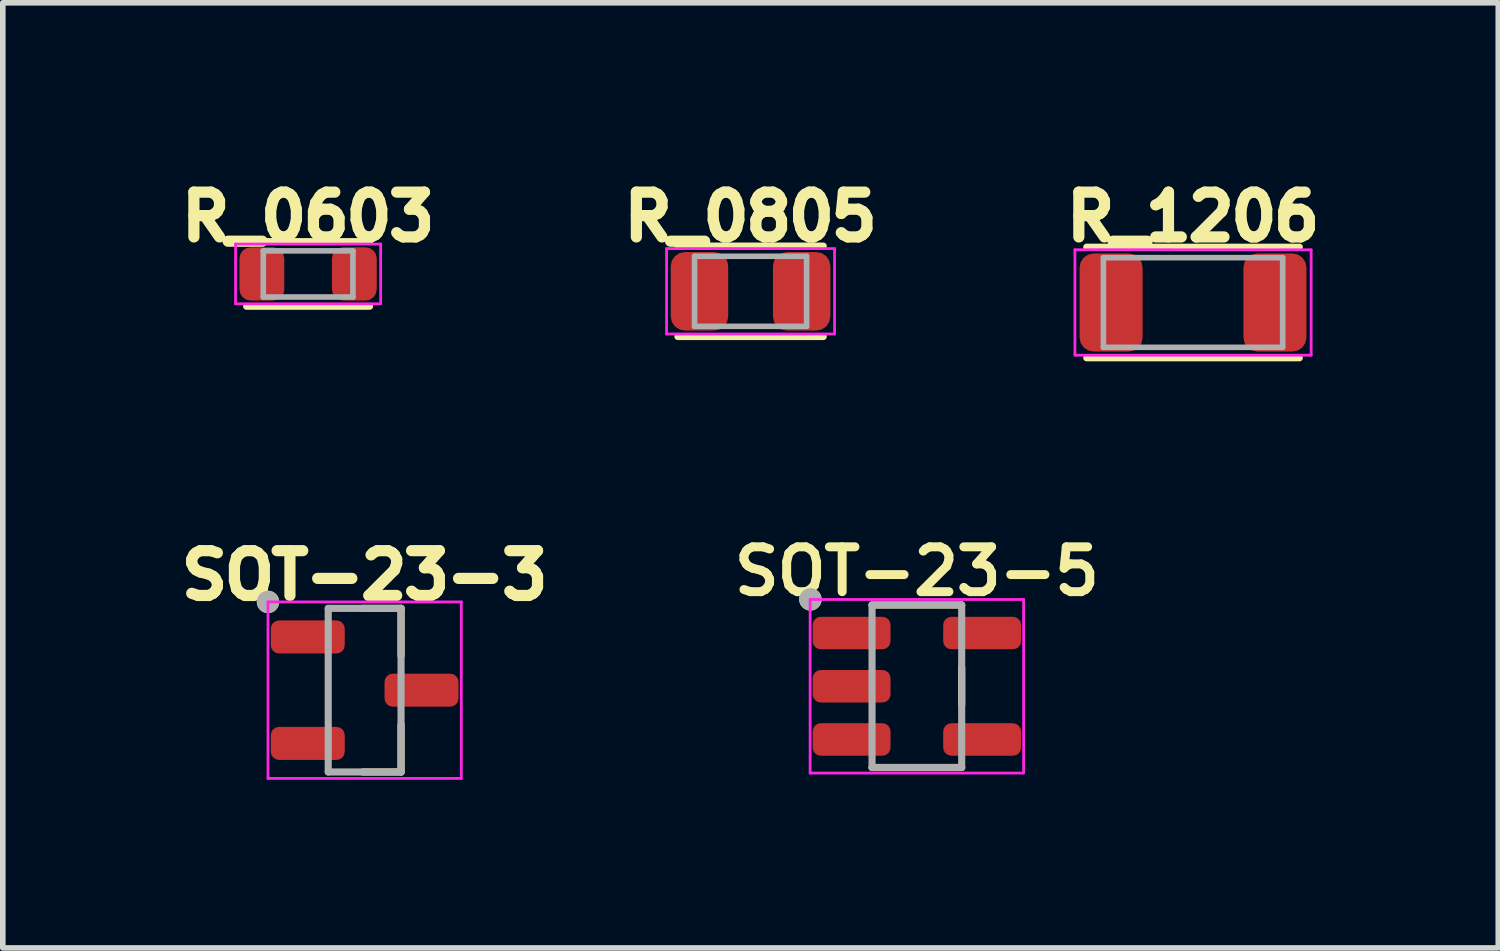
<source format=kicad_pcb>
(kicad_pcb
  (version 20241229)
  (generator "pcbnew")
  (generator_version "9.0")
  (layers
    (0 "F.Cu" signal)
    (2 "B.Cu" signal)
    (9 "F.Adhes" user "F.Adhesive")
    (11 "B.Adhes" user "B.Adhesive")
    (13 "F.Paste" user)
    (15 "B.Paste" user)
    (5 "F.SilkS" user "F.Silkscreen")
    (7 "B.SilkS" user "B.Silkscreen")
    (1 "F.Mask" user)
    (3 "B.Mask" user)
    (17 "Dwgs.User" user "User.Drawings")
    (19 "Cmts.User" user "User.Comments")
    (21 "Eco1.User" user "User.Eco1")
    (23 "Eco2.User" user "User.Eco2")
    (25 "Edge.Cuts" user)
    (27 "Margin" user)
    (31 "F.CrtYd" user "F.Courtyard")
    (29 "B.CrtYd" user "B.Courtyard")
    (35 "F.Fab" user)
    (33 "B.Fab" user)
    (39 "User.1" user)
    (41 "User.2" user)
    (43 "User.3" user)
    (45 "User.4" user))
  (footprint "R_0805"
    (layer "F.Cu")
    (at 10.346 2.149)
    (property "Reference" "R_0805" (at 0 -1.33 0) (layer "F.SilkS") (effects (font (size 0.8 0.8) (thickness 0.2) (bold yes))))
    (attr smd)
    (fp_line (start -1.3 -0.81) (end 1.3 -0.81) (stroke (width 0.12) (type solid)) (layer "F.SilkS"))
    (fp_line (start -1.3 0.81) (end 1.3 0.81) (stroke (width 0.12) (type solid)) (layer "F.SilkS"))
    (fp_line (start -1.499 -0.762) (end 1.499 -0.762) (stroke (width 0.05) (type solid)) (layer "F.CrtYd"))
    (fp_line (start -1.499 0.762) (end -1.499 -0.762) (stroke (width 0.05) (type solid)) (layer "F.CrtYd"))
    (fp_line (start 1.499 -0.762) (end 1.499 0.762) (stroke (width 0.05) (type solid)) (layer "F.CrtYd"))
    (fp_line (start 1.499 0.762) (end -1.499 0.762) (stroke (width 0.05) (type solid)) (layer "F.CrtYd"))
    (fp_line (start -1 -0.625) (end 1 -0.625) (stroke (width 0.1) (type solid)) (layer "F.Fab"))
    (fp_line (start -1 0.625) (end -1 -0.625) (stroke (width 0.1) (type solid)) (layer "F.Fab"))
    (fp_line (start 1 -0.625) (end 1 0.625) (stroke (width 0.1) (type solid)) (layer "F.Fab"))
    (fp_line (start 1 0.625) (end -1 0.625) (stroke (width 0.1) (type solid)) (layer "F.Fab"))
    (pad "1" smd roundrect (at -0.912 0) (size 1.025 1.4) (layers "F.Cu" "F.Mask" "F.Paste") (roundrect_rratio 0.244))
    (pad "2" smd roundrect (at 0.912 0) (size 1.025 1.4) (layers "F.Cu" "F.Mask" "F.Paste") (roundrect_rratio 0.244)))
  (footprint "R_0603"
    (layer "F.Cu")
    (at 2.449 1.839)
    (property "Reference" "R_0603" (at 0 -1.02 0) (layer "F.SilkS") (effects (font (size 0.8 0.8) (thickness 0.2) (bold yes))))
    (attr smd)
    (fp_line (start -1.1 -0.58) (end 1.1 -0.58) (stroke (width 0.12) (type solid)) (layer "F.SilkS"))
    (fp_line (start -1.1 0.58) (end 1.1 0.58) (stroke (width 0.12) (type solid)) (layer "F.SilkS"))
    (fp_line (start -1.295 -0.533) (end 1.295 -0.533) (stroke (width 0.05) (type solid)) (layer "F.CrtYd"))
    (fp_line (start -1.295 0.533) (end -1.295 -0.533) (stroke (width 0.05) (type solid)) (layer "F.CrtYd"))
    (fp_line (start 1.295 -0.533) (end 1.295 0.533) (stroke (width 0.05) (type solid)) (layer "F.CrtYd"))
    (fp_line (start 1.295 0.533) (end -1.295 0.533) (stroke (width 0.05) (type solid)) (layer "F.CrtYd"))
    (fp_line (start -0.8 -0.412) (end 0.8 -0.412) (stroke (width 0.1) (type solid)) (layer "F.Fab"))
    (fp_line (start -0.8 0.412) (end -0.8 -0.412) (stroke (width 0.1) (type solid)) (layer "F.Fab"))
    (fp_line (start 0.8 -0.412) (end 0.8 0.412) (stroke (width 0.1) (type solid)) (layer "F.Fab"))
    (fp_line (start 0.8 0.412) (end -0.8 0.412) (stroke (width 0.1) (type solid)) (layer "F.Fab"))
    (pad "1" smd roundrect (at -0.825 0) (size 0.8 0.95) (layers "F.Cu" "F.Mask" "F.Paste") (roundrect_rratio 0.25))
    (pad "2" smd roundrect (at 0.825 0) (size 0.8 0.95) (layers "F.Cu" "F.Mask" "F.Paste") (roundrect_rratio 0.25)))
  (footprint "R_1206"
    (layer "F.Cu")
    (at 18.243 2.349)
    (property "Reference" "R_1206" (at 0 -1.53 0) (layer "F.SilkS") (effects (font (size 0.8 0.8) (thickness 0.2) (bold yes))))
    (attr smd)
    (fp_line (start -1.9 -0.99) (end 1.9 -0.99) (stroke (width 0.12) (type solid)) (layer "F.SilkS"))
    (fp_line (start -1.9 0.99) (end 1.9 0.99) (stroke (width 0.12) (type solid)) (layer "F.SilkS"))
    (fp_line (start -2.108 -0.942) (end 2.108 -0.94) (stroke (width 0.05) (type solid)) (layer "F.CrtYd"))
    (fp_line (start -2.108 0.94) (end -2.108 -0.942) (stroke (width 0.05) (type solid)) (layer "F.CrtYd"))
    (fp_line (start 2.108 -0.94) (end 2.108 0.94) (stroke (width 0.05) (type solid)) (layer "F.CrtYd"))
    (fp_line (start 2.108 0.94) (end -2.108 0.94) (stroke (width 0.05) (type solid)) (layer "F.CrtYd"))
    (fp_line (start -1.6 -0.8) (end 1.6 -0.8) (stroke (width 0.1) (type solid)) (layer "F.Fab"))
    (fp_line (start -1.6 0.8) (end -1.6 -0.8) (stroke (width 0.1) (type solid)) (layer "F.Fab"))
    (fp_line (start 1.6 -0.8) (end 1.6 0.8) (stroke (width 0.1) (type solid)) (layer "F.Fab"))
    (fp_line (start 1.6 0.8) (end -1.6 0.8) (stroke (width 0.1) (type solid)) (layer "F.Fab"))
    (pad "1" smd roundrect (at -1.462 0) (size 1.125 1.75) (layers "F.Cu" "F.Mask" "F.Paste") (roundrect_rratio 0.222))
    (pad "2" smd roundrect (at 1.462 0) (size 1.125 1.75) (layers "F.Cu" "F.Mask" "F.Paste") (roundrect_rratio 0.222)))
  (footprint "SOT-23-3"
    (layer "F.Cu")
    (at 3.458 9.268)
    (property "Reference" "SOT-23-3" (at 0 -2.05 0) (layer "F.SilkS") (effects (font (size 0.8 0.8) (thickness 0.2) (bold yes))))
    (attr smd)
    (fp_line (start -0.035 1.46) (end 0.65 1.46) (stroke (width 0.127) (type solid)) (layer "F.SilkS"))
    (fp_line (start 0.65 -1.46) (end -0.035 -1.46) (stroke (width 0.127) (type solid)) (layer "F.SilkS"))
    (fp_line (start 0.65 -0.615) (end 0.65 -1.46) (stroke (width 0.127) (type solid)) (layer "F.SilkS"))
    (fp_line (start 0.65 1.46) (end 0.65 0.615) (stroke (width 0.127) (type solid)) (layer "F.SilkS"))
    (fp_circle (center -1.725 -1.575) (end -1.625 -1.575) (stroke (width 0.2) (type solid)) (fill no) (layer "F.SilkS"))
    (fp_line (start -1.725 -1.575) (end -1.725 1.575) (stroke (width 0.05) (type solid)) (layer "F.CrtYd"))
    (fp_line (start -1.725 1.575) (end 1.725 1.575) (stroke (width 0.05) (type solid)) (layer "F.CrtYd"))
    (fp_line (start 1.725 -1.575) (end -1.725 -1.575) (stroke (width 0.05) (type solid)) (layer "F.CrtYd"))
    (fp_line (start 1.725 1.575) (end 1.725 -1.575) (stroke (width 0.05) (type solid)) (layer "F.CrtYd"))
    (fp_line (start -0.65 -1.46) (end -0.65 1.46) (stroke (width 0.127) (type solid)) (layer "F.Fab"))
    (fp_line (start -0.65 1.46) (end 0.65 1.46) (stroke (width 0.127) (type solid)) (layer "F.Fab"))
    (fp_line (start 0.65 -1.46) (end -0.65 -1.46) (stroke (width 0.127) (type solid)) (layer "F.Fab"))
    (fp_line (start 0.65 1.46) (end 0.65 -1.46) (stroke (width 0.127) (type solid)) (layer "F.Fab"))
    (fp_circle (center -1.725 -1.575) (end -1.625 -1.575) (stroke (width 0.2) (type solid)) (fill no) (layer "F.Fab"))
    (pad "1" smd roundrect (at -1.015 -0.95) (size 1.32 0.59) (layers "F.Cu" "F.Mask" "F.Paste") (roundrect_rratio 0.25))
    (pad "2" smd roundrect (at -1.015 0.95) (size 1.32 0.59) (layers "F.Cu" "F.Mask" "F.Paste") (roundrect_rratio 0.25))
    (pad "3" smd roundrect (at 1.015 0) (size 1.32 0.59) (layers "F.Cu" "F.Mask" "F.Paste") (roundrect_rratio 0.25)))
  (footprint "SOT-23-5"
    (layer "F.Cu")
    (at 13.314 9.198)
    (property "Reference" "SOT-23-5" (at 0 -2.05 0) (layer "F.SilkS") (effects (font (size 0.8 0.8) (thickness 0.16) (bold yes))))
    (attr smd)
    (fp_line (start -0.8 -1.45) (end 0.8 -1.45) (stroke (width 0.127) (type solid)) (layer "F.SilkS"))
    (fp_line (start 0.8 -0.335) (end 0.8 0.335) (stroke (width 0.127) (type solid)) (layer "F.SilkS"))
    (fp_line (start 0.8 1.45) (end -0.8 1.45) (stroke (width 0.127) (type solid)) (layer "F.SilkS"))
    (fp_circle (center -1.9 -1.55) (end -1.8 -1.55) (stroke (width 0.2) (type solid)) (fill no) (layer "F.SilkS"))
    (fp_line (start -1.905 -1.549) (end 1.905 -1.549) (stroke (width 0.05) (type solid)) (layer "F.CrtYd"))
    (fp_line (start -1.905 1.549) (end -1.905 -1.549) (stroke (width 0.05) (type solid)) (layer "F.CrtYd"))
    (fp_line (start 1.905 -1.549) (end 1.905 1.549) (stroke (width 0.05) (type solid)) (layer "F.CrtYd"))
    (fp_line (start 1.905 1.549) (end -1.905 1.549) (stroke (width 0.05) (type solid)) (layer "F.CrtYd"))
    (fp_line (start -0.8 -1.45) (end 0.8 -1.45) (stroke (width 0.127) (type solid)) (layer "F.Fab"))
    (fp_line (start -0.8 1.45) (end -0.8 -1.45) (stroke (width 0.127) (type solid)) (layer "F.Fab"))
    (fp_line (start 0.8 -1.45) (end 0.8 1.45) (stroke (width 0.127) (type solid)) (layer "F.Fab"))
    (fp_line (start 0.8 1.45) (end -0.8 1.45) (stroke (width 0.127) (type solid)) (layer "F.Fab"))
    (fp_circle (center -1.9 -1.55) (end -1.8 -1.55) (stroke (width 0.2) (type solid)) (fill no) (layer "F.Fab"))
    (pad "1" smd roundrect (at -1.165 -0.95) (size 1.39 0.58) (layers "F.Cu" "F.Mask" "F.Paste") (roundrect_rratio 0.25))
    (pad "2" smd roundrect (at -1.165 0) (size 1.39 0.58) (layers "F.Cu" "F.Mask" "F.Paste") (roundrect_rratio 0.25))
    (pad "3" smd roundrect (at -1.165 0.95) (size 1.39 0.58) (layers "F.Cu" "F.Mask" "F.Paste") (roundrect_rratio 0.25))
    (pad "4" smd roundrect (at 1.165 0.95) (size 1.39 0.58) (layers "F.Cu" "F.Mask" "F.Paste") (roundrect_rratio 0.25))
    (pad "5" smd roundrect (at 1.165 -0.95) (size 1.39 0.58) (layers "F.Cu" "F.Mask" "F.Paste") (roundrect_rratio 0.25)))
  (gr_rect
    (start -3 -3)
    (end 23.691 13.868)
    (stroke (width 0.1) (type default))
    (fill no)
    (layer "Edge.Cuts")))
</source>
